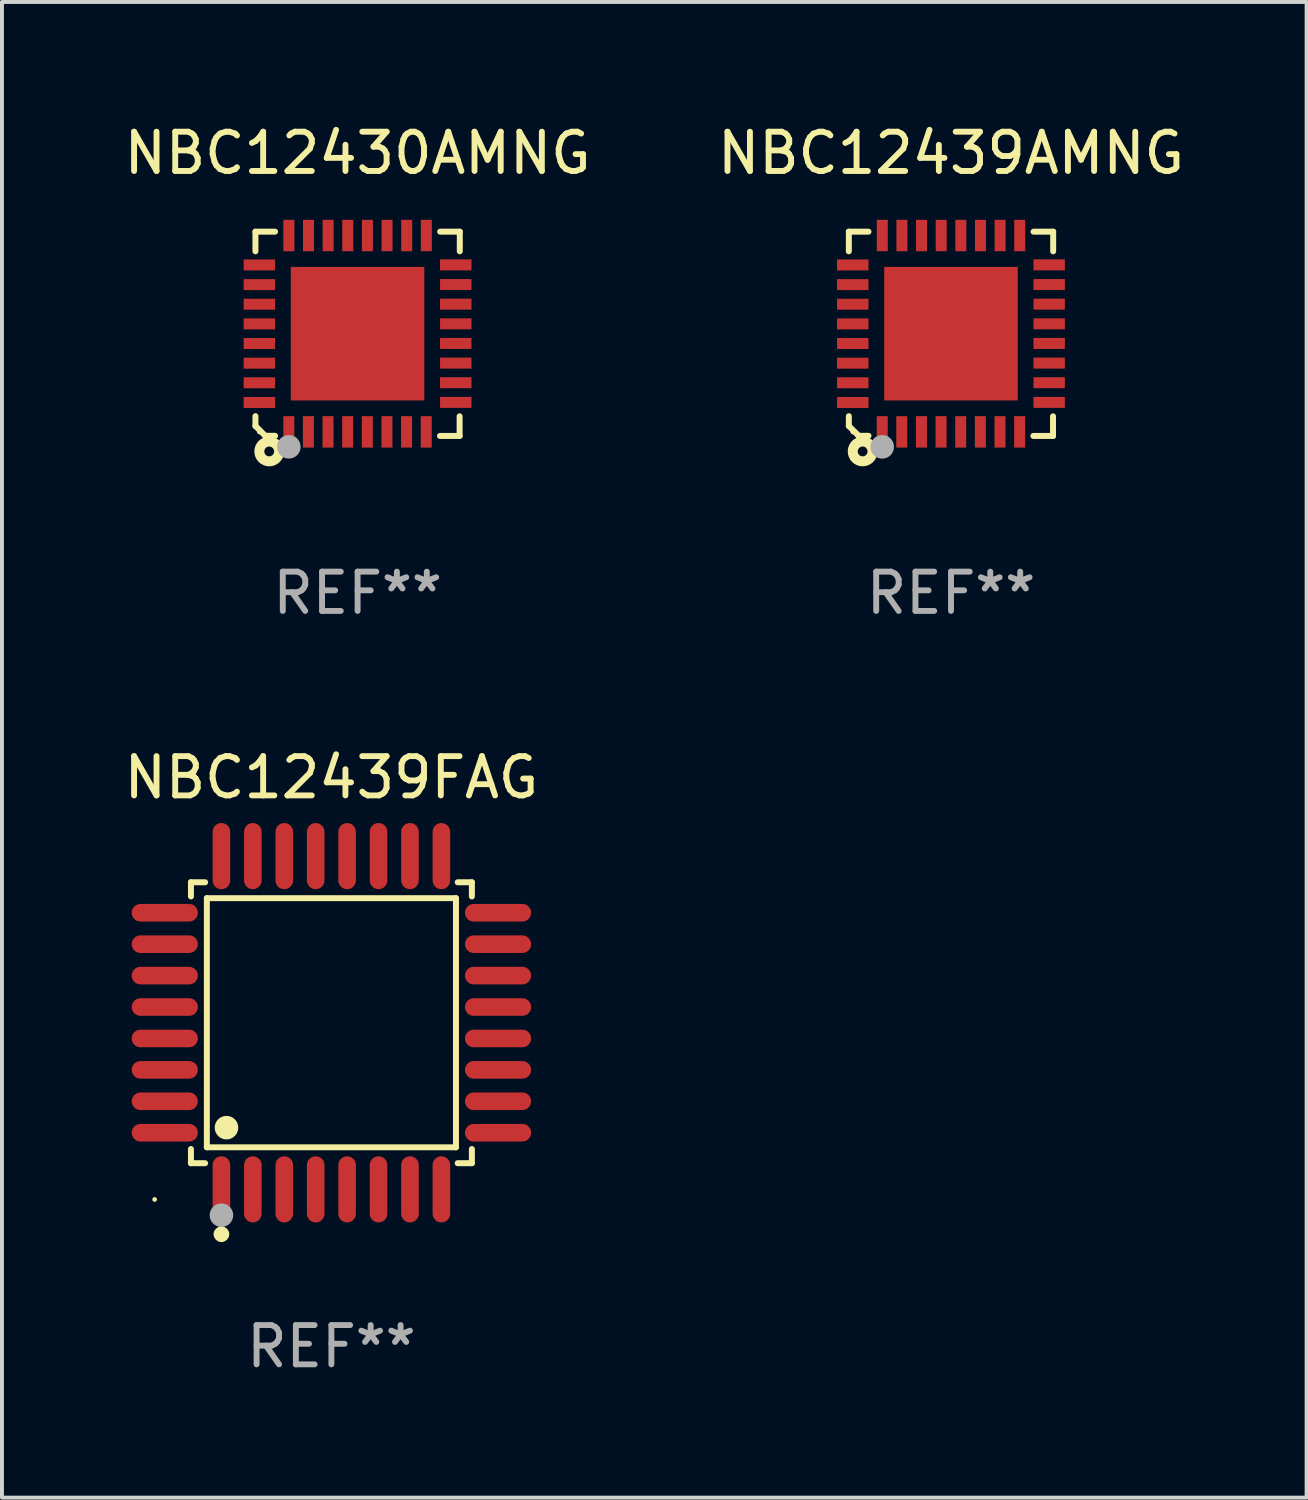
<source format=kicad_pcb>
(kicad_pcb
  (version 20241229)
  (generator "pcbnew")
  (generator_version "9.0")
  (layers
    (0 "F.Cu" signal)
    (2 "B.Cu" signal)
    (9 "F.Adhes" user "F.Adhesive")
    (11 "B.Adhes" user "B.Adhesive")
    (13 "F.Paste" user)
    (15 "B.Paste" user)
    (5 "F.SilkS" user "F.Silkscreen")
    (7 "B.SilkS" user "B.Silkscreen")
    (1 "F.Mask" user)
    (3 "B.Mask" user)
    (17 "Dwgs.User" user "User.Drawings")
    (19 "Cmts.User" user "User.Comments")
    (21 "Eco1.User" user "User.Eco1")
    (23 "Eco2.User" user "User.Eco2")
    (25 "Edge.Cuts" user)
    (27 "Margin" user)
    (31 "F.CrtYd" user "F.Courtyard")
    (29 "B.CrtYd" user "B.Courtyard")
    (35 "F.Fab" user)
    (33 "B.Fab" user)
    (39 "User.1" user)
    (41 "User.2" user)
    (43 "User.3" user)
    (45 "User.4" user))
  (footprint "NBC12439FAG"
    (layer "F.Cu")
    (at 5.387 22.987)
    (property "Reference" "NBC12439FAG" (at 0 -6.242 0) (layer "F.SilkS") (effects (font (size 1 1) (thickness 0.15))))
    (attr through_hole)
    (fp_line (start -3.576 -3.576) (end -3.215 -3.576) (stroke (width 0.152) (type solid)) (layer "F.SilkS"))
    (fp_line (start -3.576 -3.215) (end -3.576 -3.576) (stroke (width 0.152) (type solid)) (layer "F.SilkS"))
    (fp_line (start -3.576 3.215) (end -3.576 3.576) (stroke (width 0.152) (type solid)) (layer "F.SilkS"))
    (fp_line (start -3.576 3.576) (end -3.215 3.576) (stroke (width 0.152) (type solid)) (layer "F.SilkS"))
    (fp_line (start -3.171 -3.171) (end 3.171 -3.171) (stroke (width 0.152) (type solid)) (layer "F.SilkS"))
    (fp_line (start -3.171 3.171) (end -3.171 -3.171) (stroke (width 0.152) (type solid)) (layer "F.SilkS"))
    (fp_line (start 3.171 -3.171) (end 3.171 3.171) (stroke (width 0.152) (type solid)) (layer "F.SilkS"))
    (fp_line (start 3.171 3.171) (end -3.171 3.171) (stroke (width 0.152) (type solid)) (layer "F.SilkS"))
    (fp_line (start 3.576 -3.576) (end 3.215 -3.576) (stroke (width 0.152) (type solid)) (layer "F.SilkS"))
    (fp_line (start 3.576 -3.215) (end 3.576 -3.576) (stroke (width 0.152) (type solid)) (layer "F.SilkS"))
    (fp_line (start 3.576 3.215) (end 3.576 3.576) (stroke (width 0.152) (type solid)) (layer "F.SilkS"))
    (fp_line (start 3.576 3.576) (end 3.215 3.576) (stroke (width 0.152) (type solid)) (layer "F.SilkS"))
    (fp_circle (center -4.5 4.5) (end -4.47 4.5) (stroke (width 0.06) (type solid)) (fill no) (layer "F.SilkS"))
    (fp_circle (center -2.8 5.384) (end -2.7 5.384) (stroke (width 0.2) (type solid)) (fill no) (layer "F.SilkS"))
    (fp_circle (center -2.671 2.671) (end -2.521 2.671) (stroke (width 0.3) (type solid)) (fill no) (layer "F.SilkS"))
    (fp_circle (center -2.8 4.9) (end -2.65 4.9) (stroke (width 0.3) (type solid)) (fill no) (layer "F.Fab"))
    (fp_text user "REF**" (at 0 8.242 0) (layer "F.Fab") (effects (font (size 1 1) (thickness 0.15))))
    (pad "1" smd oval (at -2.8 4.242) (size 0.448 1.684) (layers "F.Cu" "F.Mask" "F.Paste"))
    (pad "2" smd oval (at -2 4.242) (size 0.448 1.684) (layers "F.Cu" "F.Mask" "F.Paste"))
    (pad "3" smd oval (at -1.2 4.242) (size 0.448 1.684) (layers "F.Cu" "F.Mask" "F.Paste"))
    (pad "4" smd oval (at -0.4 4.242) (size 0.448 1.684) (layers "F.Cu" "F.Mask" "F.Paste"))
    (pad "5" smd oval (at 0.4 4.242) (size 0.448 1.684) (layers "F.Cu" "F.Mask" "F.Paste"))
    (pad "6" smd oval (at 1.2 4.242) (size 0.448 1.684) (layers "F.Cu" "F.Mask" "F.Paste"))
    (pad "7" smd oval (at 2 4.242) (size 0.448 1.684) (layers "F.Cu" "F.Mask" "F.Paste"))
    (pad "8" smd oval (at 2.8 4.242) (size 0.448 1.684) (layers "F.Cu" "F.Mask" "F.Paste"))
    (pad "9" smd oval (at 4.242 2.8) (size 1.684 0.448) (layers "F.Cu" "F.Mask" "F.Paste"))
    (pad "10" smd oval (at 4.242 2) (size 1.684 0.448) (layers "F.Cu" "F.Mask" "F.Paste"))
    (pad "11" smd oval (at 4.242 1.2) (size 1.684 0.448) (layers "F.Cu" "F.Mask" "F.Paste"))
    (pad "12" smd oval (at 4.242 0.4) (size 1.684 0.448) (layers "F.Cu" "F.Mask" "F.Paste"))
    (pad "13" smd oval (at 4.242 -0.4) (size 1.684 0.448) (layers "F.Cu" "F.Mask" "F.Paste"))
    (pad "14" smd oval (at 4.242 -1.2) (size 1.684 0.448) (layers "F.Cu" "F.Mask" "F.Paste"))
    (pad "15" smd oval (at 4.242 -2) (size 1.684 0.448) (layers "F.Cu" "F.Mask" "F.Paste"))
    (pad "16" smd oval (at 4.242 -2.8) (size 1.684 0.448) (layers "F.Cu" "F.Mask" "F.Paste"))
    (pad "17" smd oval (at 2.8 -4.242) (size 0.448 1.684) (layers "F.Cu" "F.Mask" "F.Paste"))
    (pad "18" smd oval (at 2 -4.242) (size 0.448 1.684) (layers "F.Cu" "F.Mask" "F.Paste"))
    (pad "19" smd oval (at 1.2 -4.242) (size 0.448 1.684) (layers "F.Cu" "F.Mask" "F.Paste"))
    (pad "20" smd oval (at 0.4 -4.242) (size 0.448 1.684) (layers "F.Cu" "F.Mask" "F.Paste"))
    (pad "21" smd oval (at -0.4 -4.242) (size 0.448 1.684) (layers "F.Cu" "F.Mask" "F.Paste"))
    (pad "22" smd oval (at -1.2 -4.242) (size 0.448 1.684) (layers "F.Cu" "F.Mask" "F.Paste"))
    (pad "23" smd oval (at -2 -4.242) (size 0.448 1.684) (layers "F.Cu" "F.Mask" "F.Paste"))
    (pad "24" smd oval (at -2.8 -4.242) (size 0.448 1.684) (layers "F.Cu" "F.Mask" "F.Paste"))
    (pad "25" smd oval (at -4.242 -2.8) (size 1.684 0.448) (layers "F.Cu" "F.Mask" "F.Paste"))
    (pad "26" smd oval (at -4.242 -2) (size 1.684 0.448) (layers "F.Cu" "F.Mask" "F.Paste"))
    (pad "27" smd oval (at -4.242 -1.2) (size 1.684 0.448) (layers "F.Cu" "F.Mask" "F.Paste"))
    (pad "28" smd oval (at -4.242 -0.4) (size 1.684 0.448) (layers "F.Cu" "F.Mask" "F.Paste"))
    (pad "29" smd oval (at -4.242 0.4) (size 1.684 0.448) (layers "F.Cu" "F.Mask" "F.Paste"))
    (pad "30" smd oval (at -4.242 1.2) (size 1.684 0.448) (layers "F.Cu" "F.Mask" "F.Paste"))
    (pad "31" smd oval (at -4.242 2) (size 1.684 0.448) (layers "F.Cu" "F.Mask" "F.Paste"))
    (pad "32" smd oval (at -4.242 2.8) (size 1.684 0.448) (layers "F.Cu" "F.Mask" "F.Paste")))
  (footprint "NBC12430AMNG"
    (layer "F.Cu")
    (at 6.054 5.448)
    (property "Reference" "NBC12430AMNG" (at 0 -4.6 0) (layer "F.SilkS") (effects (font (size 1 1) (thickness 0.15))))
    (attr through_hole)
    (fp_line (start -2.601 2.097) (end -2.601 2.347) (stroke (width 0.152) (type solid)) (layer "F.SilkS"))
    (fp_line (start -2.601 2.347) (end -2.351 2.597) (stroke (width 0.152) (type solid)) (layer "F.SilkS"))
    (fp_line (start -2.601 -2.6) (end -2.601 -2.1) (stroke (width 0.152) (type solid)) (layer "F.SilkS"))
    (fp_line (start -2.601 -2.6) (end -2.101 -2.6) (stroke (width 0.152) (type solid)) (layer "F.SilkS"))
    (fp_line (start -2.351 2.597) (end -2.101 2.597) (stroke (width 0.152) (type solid)) (layer "F.SilkS"))
    (fp_line (start 2.597 2.6) (end 2.097 2.6) (stroke (width 0.152) (type solid)) (layer "F.SilkS"))
    (fp_line (start 2.597 2.6) (end 2.597 2.1) (stroke (width 0.152) (type solid)) (layer "F.SilkS"))
    (fp_line (start 2.601 -2.6) (end 2.101 -2.6) (stroke (width 0.152) (type solid)) (layer "F.SilkS"))
    (fp_line (start 2.601 -2.6) (end 2.601 -2.1) (stroke (width 0.152) (type solid)) (layer "F.SilkS"))
    (fp_circle (center -2.501 2.497) (end -2.471 2.497) (stroke (width 0.06) (type solid)) (fill no) (layer "F.SilkS"))
    (fp_circle (center -2.25 2.995) (end -2.125 2.995) (stroke (width 0.254) (type solid)) (fill no) (layer "F.SilkS"))
    (fp_circle (center -1.751 2.878) (end -1.601 2.878) (stroke (width 0.3) (type solid)) (fill no) (layer "F.Fab"))
    (fp_text user "REF**" (at 0 6.6 0) (layer "F.Fab") (effects (font (size 1 1) (thickness 0.15))))
    (pad "1" smd rect (at -1.751 2.497) (size 0.28 0.8) (layers "F.Cu" "F.Mask" "F.Paste"))
    (pad "2" smd rect (at -1.253 2.497) (size 0.28 0.8) (layers "F.Cu" "F.Mask" "F.Paste"))
    (pad "3" smd rect (at -0.753 2.497) (size 0.28 0.8) (layers "F.Cu" "F.Mask" "F.Paste"))
    (pad "4" smd rect (at -0.253 2.497) (size 0.28 0.8) (layers "F.Cu" "F.Mask" "F.Paste"))
    (pad "5" smd rect (at 0.247 2.497) (size 0.28 0.8) (layers "F.Cu" "F.Mask" "F.Paste"))
    (pad "6" smd rect (at 0.747 2.497) (size 0.28 0.8) (layers "F.Cu" "F.Mask" "F.Paste"))
    (pad "7" smd rect (at 1.247 2.497) (size 0.28 0.8) (layers "F.Cu" "F.Mask" "F.Paste"))
    (pad "8" smd rect (at 1.747 2.497) (size 0.28 0.8) (layers "F.Cu" "F.Mask" "F.Paste"))
    (pad "9" smd rect (at 2.499 1.746) (size 0.8 0.28) (layers "F.Cu" "F.Mask" "F.Paste"))
    (pad "10" smd rect (at 2.499 1.245) (size 0.8 0.28) (layers "F.Cu" "F.Mask" "F.Paste"))
    (pad "11" smd rect (at 2.499 0.746) (size 0.8 0.28) (layers "F.Cu" "F.Mask" "F.Paste"))
    (pad "12" smd rect (at 2.499 0.245) (size 0.8 0.28) (layers "F.Cu" "F.Mask" "F.Paste"))
    (pad "13" smd rect (at 2.499 -0.254) (size 0.8 0.28) (layers "F.Cu" "F.Mask" "F.Paste"))
    (pad "14" smd rect (at 2.499 -0.755) (size 0.8 0.28) (layers "F.Cu" "F.Mask" "F.Paste"))
    (pad "15" smd rect (at 2.499 -1.254) (size 0.8 0.28) (layers "F.Cu" "F.Mask" "F.Paste"))
    (pad "16" smd rect (at 2.499 -1.755) (size 0.8 0.28) (layers "F.Cu" "F.Mask" "F.Paste"))
    (pad "17" smd rect (at 1.75 -2.502) (size 0.28 0.8) (layers "F.Cu" "F.Mask" "F.Paste"))
    (pad "18" smd rect (at 1.25 -2.502) (size 0.28 0.8) (layers "F.Cu" "F.Mask" "F.Paste"))
    (pad "19" smd rect (at 0.75 -2.502) (size 0.28 0.8) (layers "F.Cu" "F.Mask" "F.Paste"))
    (pad "20" smd rect (at 0.25 -2.502) (size 0.28 0.8) (layers "F.Cu" "F.Mask" "F.Paste"))
    (pad "21" smd rect (at -0.25 -2.502) (size 0.28 0.8) (layers "F.Cu" "F.Mask" "F.Paste"))
    (pad "22" smd rect (at -0.75 -2.502) (size 0.28 0.8) (layers "F.Cu" "F.Mask" "F.Paste"))
    (pad "23" smd rect (at -1.25 -2.502) (size 0.28 0.8) (layers "F.Cu" "F.Mask" "F.Paste"))
    (pad "24" smd rect (at -1.75 -2.502) (size 0.28 0.8) (layers "F.Cu" "F.Mask" "F.Paste"))
    (pad "25" smd rect (at -2.501 -1.753) (size 0.8 0.28) (layers "F.Cu" "F.Mask" "F.Paste"))
    (pad "26" smd rect (at -2.501 -1.252) (size 0.8 0.28) (layers "F.Cu" "F.Mask" "F.Paste"))
    (pad "27" smd rect (at -2.501 -0.753) (size 0.8 0.28) (layers "F.Cu" "F.Mask" "F.Paste"))
    (pad "28" smd rect (at -2.501 -0.252) (size 0.8 0.28) (layers "F.Cu" "F.Mask" "F.Paste"))
    (pad "29" smd rect (at -2.501 0.247) (size 0.8 0.28) (layers "F.Cu" "F.Mask" "F.Paste"))
    (pad "30" smd rect (at -2.501 0.748) (size 0.8 0.28) (layers "F.Cu" "F.Mask" "F.Paste"))
    (pad "31" smd rect (at -2.501 1.247) (size 0.8 0.28) (layers "F.Cu" "F.Mask" "F.Paste"))
    (pad "32" smd rect (at -2.501 1.748) (size 0.8 0.28) (layers "F.Cu" "F.Mask" "F.Paste"))
    (pad "33" smd rect (at -0.001 -0.003 180) (size 3.4 3.4) (layers "F.Cu" "F.Mask" "F.Paste")))
  (footprint "NBC12439AMNG"
    (layer "F.Cu")
    (at 21.161 5.448)
    (property "Reference" "NBC12439AMNG" (at 0 -4.6 0) (layer "F.SilkS") (effects (font (size 1 1) (thickness 0.15))))
    (attr through_hole)
    (fp_line (start -2.601 2.097) (end -2.601 2.347) (stroke (width 0.152) (type solid)) (layer "F.SilkS"))
    (fp_line (start -2.601 2.347) (end -2.351 2.597) (stroke (width 0.152) (type solid)) (layer "F.SilkS"))
    (fp_line (start -2.601 -2.6) (end -2.601 -2.1) (stroke (width 0.152) (type solid)) (layer "F.SilkS"))
    (fp_line (start -2.601 -2.6) (end -2.101 -2.6) (stroke (width 0.152) (type solid)) (layer "F.SilkS"))
    (fp_line (start -2.351 2.597) (end -2.101 2.597) (stroke (width 0.152) (type solid)) (layer "F.SilkS"))
    (fp_line (start 2.597 2.6) (end 2.097 2.6) (stroke (width 0.152) (type solid)) (layer "F.SilkS"))
    (fp_line (start 2.597 2.6) (end 2.597 2.1) (stroke (width 0.152) (type solid)) (layer "F.SilkS"))
    (fp_line (start 2.601 -2.6) (end 2.101 -2.6) (stroke (width 0.152) (type solid)) (layer "F.SilkS"))
    (fp_line (start 2.601 -2.6) (end 2.601 -2.1) (stroke (width 0.152) (type solid)) (layer "F.SilkS"))
    (fp_circle (center -2.501 2.497) (end -2.471 2.497) (stroke (width 0.06) (type solid)) (fill no) (layer "F.SilkS"))
    (fp_circle (center -2.25 2.995) (end -2.125 2.995) (stroke (width 0.254) (type solid)) (fill no) (layer "F.SilkS"))
    (fp_circle (center -1.751 2.878) (end -1.601 2.878) (stroke (width 0.3) (type solid)) (fill no) (layer "F.Fab"))
    (fp_text user "REF**" (at 0 6.6 0) (layer "F.Fab") (effects (font (size 1 1) (thickness 0.15))))
    (pad "1" smd rect (at -1.751 2.497) (size 0.28 0.8) (layers "F.Cu" "F.Mask" "F.Paste"))
    (pad "2" smd rect (at -1.253 2.497) (size 0.28 0.8) (layers "F.Cu" "F.Mask" "F.Paste"))
    (pad "3" smd rect (at -0.753 2.497) (size 0.28 0.8) (layers "F.Cu" "F.Mask" "F.Paste"))
    (pad "4" smd rect (at -0.253 2.497) (size 0.28 0.8) (layers "F.Cu" "F.Mask" "F.Paste"))
    (pad "5" smd rect (at 0.247 2.497) (size 0.28 0.8) (layers "F.Cu" "F.Mask" "F.Paste"))
    (pad "6" smd rect (at 0.747 2.497) (size 0.28 0.8) (layers "F.Cu" "F.Mask" "F.Paste"))
    (pad "7" smd rect (at 1.247 2.497) (size 0.28 0.8) (layers "F.Cu" "F.Mask" "F.Paste"))
    (pad "8" smd rect (at 1.747 2.497) (size 0.28 0.8) (layers "F.Cu" "F.Mask" "F.Paste"))
    (pad "9" smd rect (at 2.499 1.746) (size 0.8 0.28) (layers "F.Cu" "F.Mask" "F.Paste"))
    (pad "10" smd rect (at 2.499 1.245) (size 0.8 0.28) (layers "F.Cu" "F.Mask" "F.Paste"))
    (pad "11" smd rect (at 2.499 0.746) (size 0.8 0.28) (layers "F.Cu" "F.Mask" "F.Paste"))
    (pad "12" smd rect (at 2.499 0.245) (size 0.8 0.28) (layers "F.Cu" "F.Mask" "F.Paste"))
    (pad "13" smd rect (at 2.499 -0.254) (size 0.8 0.28) (layers "F.Cu" "F.Mask" "F.Paste"))
    (pad "14" smd rect (at 2.499 -0.755) (size 0.8 0.28) (layers "F.Cu" "F.Mask" "F.Paste"))
    (pad "15" smd rect (at 2.499 -1.254) (size 0.8 0.28) (layers "F.Cu" "F.Mask" "F.Paste"))
    (pad "16" smd rect (at 2.499 -1.755) (size 0.8 0.28) (layers "F.Cu" "F.Mask" "F.Paste"))
    (pad "17" smd rect (at 1.75 -2.502) (size 0.28 0.8) (layers "F.Cu" "F.Mask" "F.Paste"))
    (pad "18" smd rect (at 1.25 -2.502) (size 0.28 0.8) (layers "F.Cu" "F.Mask" "F.Paste"))
    (pad "19" smd rect (at 0.75 -2.502) (size 0.28 0.8) (layers "F.Cu" "F.Mask" "F.Paste"))
    (pad "20" smd rect (at 0.25 -2.502) (size 0.28 0.8) (layers "F.Cu" "F.Mask" "F.Paste"))
    (pad "21" smd rect (at -0.25 -2.502) (size 0.28 0.8) (layers "F.Cu" "F.Mask" "F.Paste"))
    (pad "22" smd rect (at -0.75 -2.502) (size 0.28 0.8) (layers "F.Cu" "F.Mask" "F.Paste"))
    (pad "23" smd rect (at -1.25 -2.502) (size 0.28 0.8) (layers "F.Cu" "F.Mask" "F.Paste"))
    (pad "24" smd rect (at -1.75 -2.502) (size 0.28 0.8) (layers "F.Cu" "F.Mask" "F.Paste"))
    (pad "25" smd rect (at -2.501 -1.753) (size 0.8 0.28) (layers "F.Cu" "F.Mask" "F.Paste"))
    (pad "26" smd rect (at -2.501 -1.252) (size 0.8 0.28) (layers "F.Cu" "F.Mask" "F.Paste"))
    (pad "27" smd rect (at -2.501 -0.753) (size 0.8 0.28) (layers "F.Cu" "F.Mask" "F.Paste"))
    (pad "28" smd rect (at -2.501 -0.252) (size 0.8 0.28) (layers "F.Cu" "F.Mask" "F.Paste"))
    (pad "29" smd rect (at -2.501 0.247) (size 0.8 0.28) (layers "F.Cu" "F.Mask" "F.Paste"))
    (pad "30" smd rect (at -2.501 0.748) (size 0.8 0.28) (layers "F.Cu" "F.Mask" "F.Paste"))
    (pad "31" smd rect (at -2.501 1.247) (size 0.8 0.28) (layers "F.Cu" "F.Mask" "F.Paste"))
    (pad "32" smd rect (at -2.501 1.748) (size 0.8 0.28) (layers "F.Cu" "F.Mask" "F.Paste"))
    (pad "33" smd rect (at -0.001 -0.003 180) (size 3.4 3.4) (layers "F.Cu" "F.Mask" "F.Paste")))
  (gr_rect
    (start -3 -3)
    (end 30.214 35.077)
    (stroke (width 0.1) (type default))
    (fill no)
    (layer "Edge.Cuts")))
</source>
